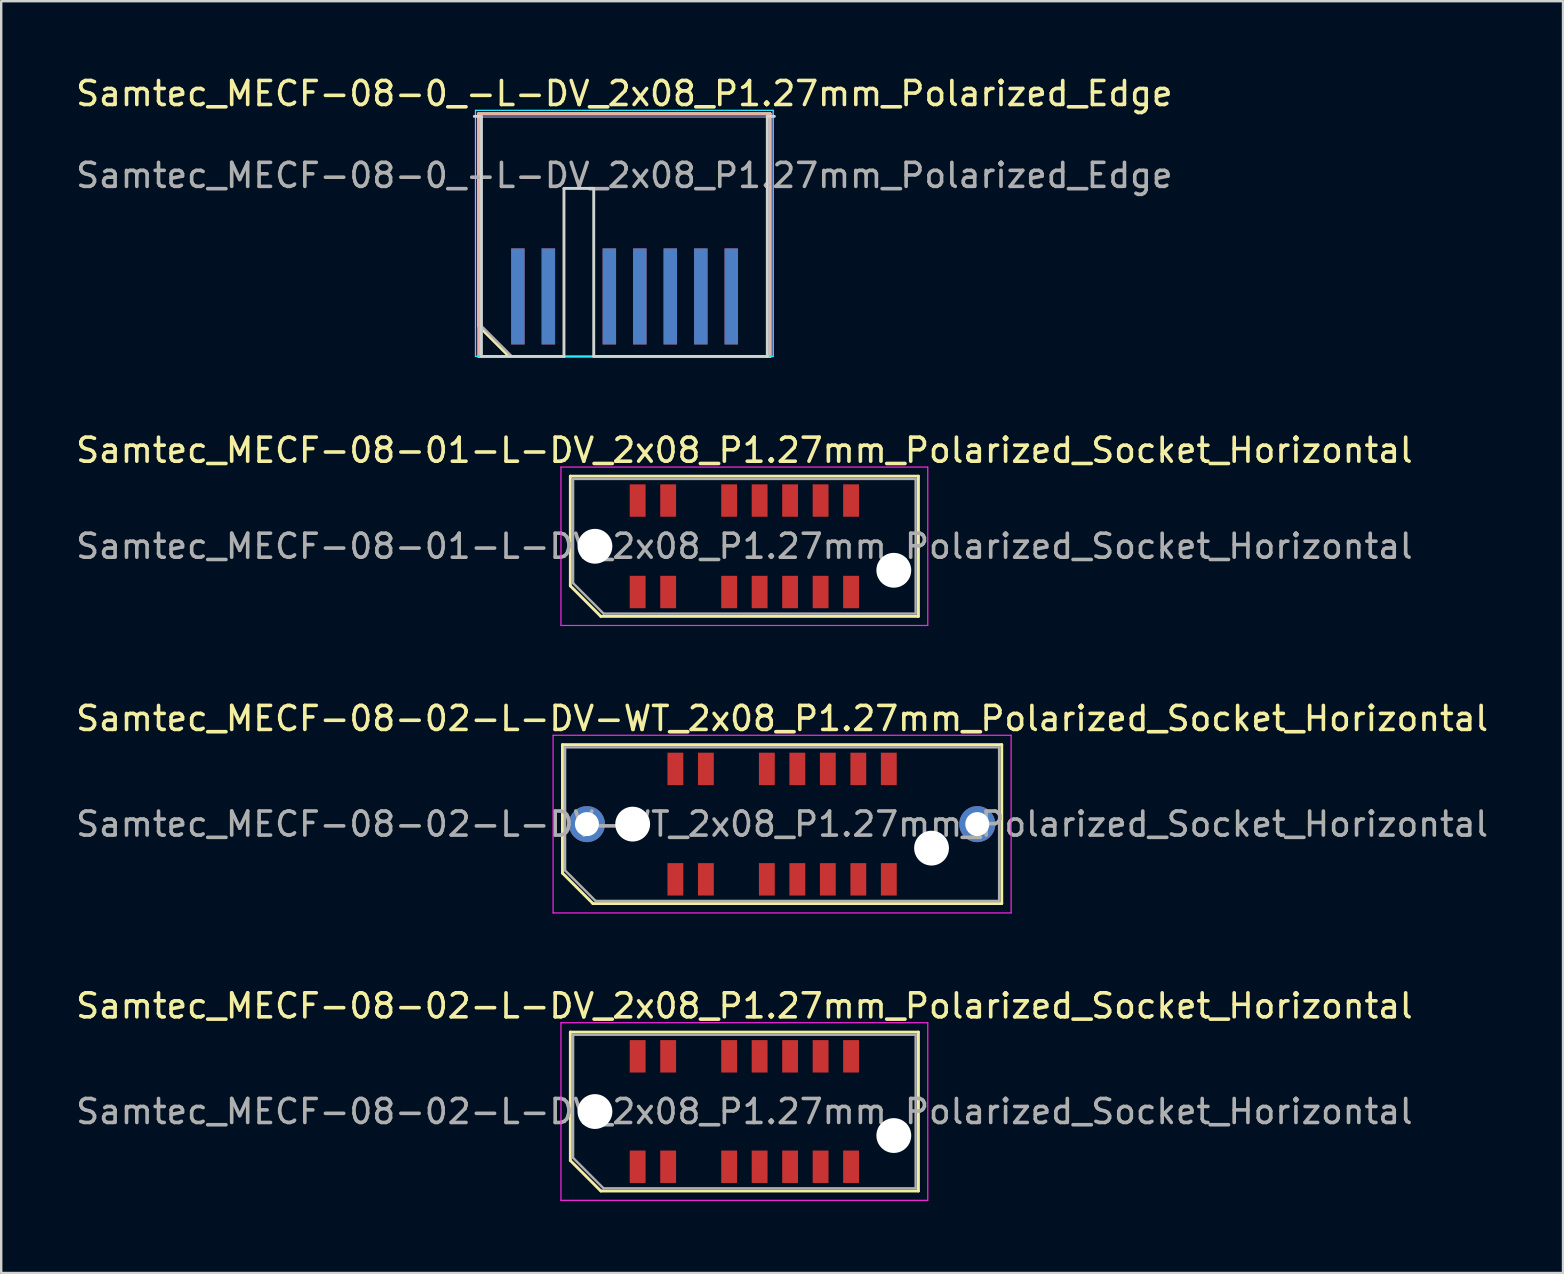
<source format=kicad_pcb>
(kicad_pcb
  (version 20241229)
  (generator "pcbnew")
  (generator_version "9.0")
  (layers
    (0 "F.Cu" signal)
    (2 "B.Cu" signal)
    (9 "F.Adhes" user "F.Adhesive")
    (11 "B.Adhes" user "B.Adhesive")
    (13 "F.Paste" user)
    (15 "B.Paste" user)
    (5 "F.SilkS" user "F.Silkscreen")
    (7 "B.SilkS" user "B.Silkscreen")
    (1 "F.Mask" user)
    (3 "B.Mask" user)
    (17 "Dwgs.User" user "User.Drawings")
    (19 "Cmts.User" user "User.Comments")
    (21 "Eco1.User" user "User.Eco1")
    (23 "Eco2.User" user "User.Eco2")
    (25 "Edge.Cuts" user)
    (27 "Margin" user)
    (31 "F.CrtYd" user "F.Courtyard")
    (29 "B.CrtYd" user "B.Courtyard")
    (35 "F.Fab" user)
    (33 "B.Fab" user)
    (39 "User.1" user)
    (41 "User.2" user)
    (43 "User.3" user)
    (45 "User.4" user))
  (footprint "Samtec_MECF-08-02-L-DV_2x08_P1.27mm_Polarized_Socket_Horizontal"
    (layer "F.Cu")
    (at 27.958 43.253)
    (property "Reference" "Samtec_MECF-08-02-L-DV_2x08_P1.27mm_Polarized_Socket_Horizontal" (at 0 -4.4 0) (layer "F.SilkS") (effects (font (size 1 1) (thickness 0.15))))
    (attr smd)
    (fp_line (start -7.25 -3.31) (end 7.25 -3.31) (stroke (width 0.12) (type solid)) (layer "F.SilkS"))
    (fp_line (start -7.25 2.04) (end -7.25 -3.31) (stroke (width 0.12) (type solid)) (layer "F.SilkS"))
    (fp_line (start -5.98 3.31) (end -7.25 2.04) (stroke (width 0.12) (type solid)) (layer "F.SilkS"))
    (fp_line (start -5.98 3.31) (end 7.25 3.31) (stroke (width 0.12) (type solid)) (layer "F.SilkS"))
    (fp_line (start 7.25 3.31) (end 7.25 -3.31) (stroke (width 0.12) (type solid)) (layer "F.SilkS"))
    (fp_line (start -7.64 -3.7) (end -7.64 3.7) (stroke (width 0.05) (type solid)) (layer "F.CrtYd"))
    (fp_line (start -7.64 3.7) (end 7.64 3.7) (stroke (width 0.05) (type solid)) (layer "F.CrtYd"))
    (fp_line (start 7.64 -3.7) (end -7.64 -3.7) (stroke (width 0.05) (type solid)) (layer "F.CrtYd"))
    (fp_line (start 7.64 3.7) (end 7.64 -3.7) (stroke (width 0.05) (type solid)) (layer "F.CrtYd"))
    (fp_line (start -7.135 -3.2) (end 7.135 -3.2) (stroke (width 0.1) (type solid)) (layer "F.Fab"))
    (fp_line (start -7.135 1.93) (end -7.135 -3.2) (stroke (width 0.1) (type solid)) (layer "F.Fab"))
    (fp_line (start -7.135 1.93) (end -5.865 3.2) (stroke (width 0.1) (type solid)) (layer "F.Fab"))
    (fp_line (start -5.865 3.2) (end 7.135 3.2) (stroke (width 0.1) (type solid)) (layer "F.Fab"))
    (fp_line (start 7.135 3.2) (end 7.135 -3.2) (stroke (width 0.1) (type solid)) (layer "F.Fab"))
    (fp_text user "${REFERENCE}" (at 0 0 0) (layer "F.Fab") (effects (font (size 1 1) (thickness 0.15))))
    (pad "" np_thru_hole circle (at -6.225 0) (size 1.45 1.45) (drill 1.45) (layers "*.Cu" "*.Mask"))
    (pad "" np_thru_hole circle (at 6.225 1) (size 1.45 1.45) (drill 1.45) (layers "*.Cu" "*.Mask"))
    (pad "1" smd rect (at -4.445 2.3) (size 0.66 1.35) (layers "F.Cu" "F.Mask" "F.Paste"))
    (pad "2" smd rect (at -4.445 -2.3) (size 0.66 1.35) (layers "F.Cu" "F.Mask" "F.Paste"))
    (pad "3" smd rect (at -3.175 2.3) (size 0.66 1.35) (layers "F.Cu" "F.Mask" "F.Paste"))
    (pad "4" smd rect (at -3.175 -2.3) (size 0.66 1.35) (layers "F.Cu" "F.Mask" "F.Paste"))
    (pad "7" smd rect (at -0.635 2.3) (size 0.66 1.35) (layers "F.Cu" "F.Mask" "F.Paste"))
    (pad "8" smd rect (at -0.635 -2.3) (size 0.66 1.35) (layers "F.Cu" "F.Mask" "F.Paste"))
    (pad "9" smd rect (at 0.635 2.3) (size 0.66 1.35) (layers "F.Cu" "F.Mask" "F.Paste"))
    (pad "10" smd rect (at 0.635 -2.3) (size 0.66 1.35) (layers "F.Cu" "F.Mask" "F.Paste"))
    (pad "11" smd rect (at 1.905 2.3) (size 0.66 1.35) (layers "F.Cu" "F.Mask" "F.Paste"))
    (pad "12" smd rect (at 1.905 -2.3) (size 0.66 1.35) (layers "F.Cu" "F.Mask" "F.Paste"))
    (pad "13" smd rect (at 3.175 2.3) (size 0.66 1.35) (layers "F.Cu" "F.Mask" "F.Paste"))
    (pad "14" smd rect (at 3.175 -2.3) (size 0.66 1.35) (layers "F.Cu" "F.Mask" "F.Paste"))
    (pad "15" smd rect (at 4.445 2.3) (size 0.66 1.35) (layers "F.Cu" "F.Mask" "F.Paste"))
    (pad "16" smd rect (at 4.445 -2.3) (size 0.66 1.35) (layers "F.Cu" "F.Mask" "F.Paste")))
  (footprint "Samtec_MECF-08-01-L-DV_2x08_P1.27mm_Polarized_Socket_Horizontal"
    (layer "F.Cu")
    (at 27.958 19.706)
    (property "Reference" "Samtec_MECF-08-01-L-DV_2x08_P1.27mm_Polarized_Socket_Horizontal" (at 0 -4 0) (layer "F.SilkS") (effects (font (size 1 1) (thickness 0.15))))
    (attr smd)
    (fp_line (start -7.25 -2.92) (end 7.25 -2.92) (stroke (width 0.12) (type solid)) (layer "F.SilkS"))
    (fp_line (start -7.25 1.65) (end -7.25 -2.92) (stroke (width 0.12) (type solid)) (layer "F.SilkS"))
    (fp_line (start -5.98 2.92) (end -7.25 1.65) (stroke (width 0.12) (type solid)) (layer "F.SilkS"))
    (fp_line (start -5.98 2.92) (end 7.25 2.92) (stroke (width 0.12) (type solid)) (layer "F.SilkS"))
    (fp_line (start 7.25 2.92) (end 7.25 -2.92) (stroke (width 0.12) (type solid)) (layer "F.SilkS"))
    (fp_line (start -7.64 -3.3) (end -7.64 3.3) (stroke (width 0.05) (type solid)) (layer "F.CrtYd"))
    (fp_line (start -7.64 3.3) (end 7.64 3.3) (stroke (width 0.05) (type solid)) (layer "F.CrtYd"))
    (fp_line (start 7.64 -3.3) (end -7.64 -3.3) (stroke (width 0.05) (type solid)) (layer "F.CrtYd"))
    (fp_line (start 7.64 3.3) (end 7.64 -3.3) (stroke (width 0.05) (type solid)) (layer "F.CrtYd"))
    (fp_line (start -7.135 -2.805) (end 7.135 -2.805) (stroke (width 0.1) (type solid)) (layer "F.Fab"))
    (fp_line (start -7.135 1.535) (end -7.135 -2.805) (stroke (width 0.1) (type solid)) (layer "F.Fab"))
    (fp_line (start -7.135 1.535) (end -5.865 2.805) (stroke (width 0.1) (type solid)) (layer "F.Fab"))
    (fp_line (start -5.865 2.805) (end 7.135 2.805) (stroke (width 0.1) (type solid)) (layer "F.Fab"))
    (fp_line (start 7.135 2.805) (end 7.135 -2.805) (stroke (width 0.1) (type solid)) (layer "F.Fab"))
    (fp_text user "${REFERENCE}" (at 0 0 0) (layer "F.Fab") (effects (font (size 1 1) (thickness 0.15))))
    (pad "" np_thru_hole circle (at -6.225 0) (size 1.45 1.45) (drill 1.45) (layers "*.Cu" "*.Mask"))
    (pad "" np_thru_hole circle (at 6.225 1) (size 1.45 1.45) (drill 1.45) (layers "*.Cu" "*.Mask"))
    (pad "1" smd rect (at -4.445 1.905) (size 0.66 1.35) (layers "F.Cu" "F.Mask" "F.Paste"))
    (pad "2" smd rect (at -4.445 -1.905) (size 0.66 1.35) (layers "F.Cu" "F.Mask" "F.Paste"))
    (pad "3" smd rect (at -3.175 1.905) (size 0.66 1.35) (layers "F.Cu" "F.Mask" "F.Paste"))
    (pad "4" smd rect (at -3.175 -1.905) (size 0.66 1.35) (layers "F.Cu" "F.Mask" "F.Paste"))
    (pad "7" smd rect (at -0.635 1.905) (size 0.66 1.35) (layers "F.Cu" "F.Mask" "F.Paste"))
    (pad "8" smd rect (at -0.635 -1.905) (size 0.66 1.35) (layers "F.Cu" "F.Mask" "F.Paste"))
    (pad "9" smd rect (at 0.635 1.905) (size 0.66 1.35) (layers "F.Cu" "F.Mask" "F.Paste"))
    (pad "10" smd rect (at 0.635 -1.905) (size 0.66 1.35) (layers "F.Cu" "F.Mask" "F.Paste"))
    (pad "11" smd rect (at 1.905 1.905) (size 0.66 1.35) (layers "F.Cu" "F.Mask" "F.Paste"))
    (pad "12" smd rect (at 1.905 -1.905) (size 0.66 1.35) (layers "F.Cu" "F.Mask" "F.Paste"))
    (pad "13" smd rect (at 3.175 1.905) (size 0.66 1.35) (layers "F.Cu" "F.Mask" "F.Paste"))
    (pad "14" smd rect (at 3.175 -1.905) (size 0.66 1.35) (layers "F.Cu" "F.Mask" "F.Paste"))
    (pad "15" smd rect (at 4.445 1.905) (size 0.66 1.35) (layers "F.Cu" "F.Mask" "F.Paste"))
    (pad "16" smd rect (at 4.445 -1.905) (size 0.66 1.35) (layers "F.Cu" "F.Mask" "F.Paste")))
  (footprint "Samtec_MECF-08-0_-L-DV_2x08_P1.27mm_Polarized_Edge"
    (layer "F.Cu")
    (at 22.958 6.798)
    (property "Reference" "Samtec_MECF-08-0_-L-DV_2x08_P1.27mm_Polarized_Edge" (at 0 -5.95 0) (layer "F.SilkS") (effects (font (size 1 1) (thickness 0.15))))
    (attr exclude_from_pos_files exclude_from_bom)
    (fp_line (start -6.07 -5.11) (end 6.07 -5.11) (stroke (width 0.12) (type solid)) (layer "F.SilkS"))
    (fp_line (start -6.07 3.73) (end -6.07 -5.11) (stroke (width 0.12) (type solid)) (layer "F.SilkS"))
    (fp_line (start -4.8 5) (end -6.07 3.73) (stroke (width 0.12) (type solid)) (layer "F.SilkS"))
    (fp_line (start -4.8 5) (end 6.07 5) (stroke (width 0.12) (type solid)) (layer "F.SilkS"))
    (fp_line (start 6.07 5) (end 6.07 -5.11) (stroke (width 0.12) (type solid)) (layer "F.SilkS"))
    (fp_line (start -6.07 -5.11) (end 6.07 -5.11) (stroke (width 0.12) (type solid)) (layer "B.SilkS"))
    (fp_line (start -6.07 5) (end -6.07 -5.11) (stroke (width 0.12) (type solid)) (layer "B.SilkS"))
    (fp_line (start -6.07 5) (end 6.07 5) (stroke (width 0.12) (type solid)) (layer "B.SilkS"))
    (fp_line (start 6.07 5) (end 6.07 -5.11) (stroke (width 0.12) (type solid)) (layer "B.SilkS"))
    (fp_line (start -6.25 -5) (end -5.955 -5) (stroke (width 0.12) (type solid)) (layer "Edge.Cuts"))
    (fp_line (start -5.955 5) (end -5.955 -5) (stroke (width 0.12) (type solid)) (layer "Edge.Cuts"))
    (fp_line (start -5.955 5) (end -2.515 5) (stroke (width 0.12) (type solid)) (layer "Edge.Cuts"))
    (fp_line (start -2.515 -2) (end -1.275 -2) (stroke (width 0.12) (type solid)) (layer "Edge.Cuts"))
    (fp_line (start -2.515 5) (end -2.515 -2) (stroke (width 0.12) (type solid)) (layer "Edge.Cuts"))
    (fp_line (start -1.275 5) (end -1.275 -2) (stroke (width 0.12) (type solid)) (layer "Edge.Cuts"))
    (fp_line (start -1.275 5) (end 5.955 5) (stroke (width 0.12) (type solid)) (layer "Edge.Cuts"))
    (fp_line (start 5.955 5) (end 5.955 -5) (stroke (width 0.12) (type solid)) (layer "Edge.Cuts"))
    (fp_line (start 6.25 -5) (end 5.955 -5) (stroke (width 0.12) (type solid)) (layer "Edge.Cuts"))
    (fp_line (start -6.2 -5.25) (end -6.2 5) (stroke (width 0.05) (type solid)) (layer "B.CrtYd"))
    (fp_line (start -6.2 5) (end 6.2 5) (stroke (width 0.05) (type solid)) (layer "B.CrtYd"))
    (fp_line (start 6.2 -5.25) (end -6.2 -5.25) (stroke (width 0.05) (type solid)) (layer "B.CrtYd"))
    (fp_line (start 6.2 5) (end 6.2 -5.25) (stroke (width 0.05) (type solid)) (layer "B.CrtYd"))
    (fp_line (start -6.2 -5.25) (end -6.2 5) (stroke (width 0.05) (type solid)) (layer "F.CrtYd"))
    (fp_line (start -6.2 5) (end 6.2 5) (stroke (width 0.05) (type solid)) (layer "F.CrtYd"))
    (fp_line (start 6.2 -5.25) (end -6.2 -5.25) (stroke (width 0.05) (type solid)) (layer "F.CrtYd"))
    (fp_line (start 6.2 5) (end 6.2 -5.25) (stroke (width 0.05) (type solid)) (layer "F.CrtYd"))
    (fp_line (start -5.955 -5) (end 5.955 -5) (stroke (width 0.1) (type solid)) (layer "B.Fab"))
    (fp_line (start -5.955 5) (end -5.955 -5) (stroke (width 0.1) (type solid)) (layer "B.Fab"))
    (fp_line (start -5.955 5) (end 5.955 5) (stroke (width 0.1) (type solid)) (layer "B.Fab"))
    (fp_line (start 5.955 5) (end 5.955 -5) (stroke (width 0.1) (type solid)) (layer "B.Fab"))
    (fp_line (start -5.955 -5) (end 5.955 -5) (stroke (width 0.1) (type solid)) (layer "F.Fab"))
    (fp_line (start -5.955 3.73) (end -5.955 -5) (stroke (width 0.1) (type solid)) (layer "F.Fab"))
    (fp_line (start -5.955 3.73) (end -4.685 5) (stroke (width 0.1) (type solid)) (layer "F.Fab"))
    (fp_line (start -4.685 5) (end 5.955 5) (stroke (width 0.1) (type solid)) (layer "F.Fab"))
    (fp_line (start 5.955 5) (end 5.955 -5) (stroke (width 0.1) (type solid)) (layer "F.Fab"))
    (fp_text user "${REFERENCE}" (at 0 -2.54 0) (layer "F.Fab") (effects (font (size 1 1) (thickness 0.15))))
    (pad "1" connect rect (at -4.435 2.5) (size 0.56 4) (layers "F.Cu" "F.Mask"))
    (pad "2" connect rect (at -4.435 2.5) (size 0.56 4) (layers "B.Cu" "B.Mask"))
    (pad "3" connect rect (at -3.165 2.5) (size 0.56 4) (layers "F.Cu" "F.Mask"))
    (pad "4" connect rect (at -3.165 2.5) (size 0.56 4) (layers "B.Cu" "B.Mask"))
    (pad "7" connect rect (at -0.625 2.5) (size 0.56 4) (layers "F.Cu" "F.Mask"))
    (pad "8" connect rect (at -0.625 2.5) (size 0.56 4) (layers "B.Cu" "B.Mask"))
    (pad "9" connect rect (at 0.645 2.5) (size 0.56 4) (layers "F.Cu" "F.Mask"))
    (pad "10" connect rect (at 0.645 2.5) (size 0.56 4) (layers "B.Cu" "B.Mask"))
    (pad "11" connect rect (at 1.915 2.5) (size 0.56 4) (layers "F.Cu" "F.Mask"))
    (pad "12" connect rect (at 1.915 2.5) (size 0.56 4) (layers "B.Cu" "B.Mask"))
    (pad "13" connect rect (at 3.185 2.5) (size 0.56 4) (layers "F.Cu" "F.Mask"))
    (pad "14" connect rect (at 3.185 2.5) (size 0.56 4) (layers "B.Cu" "B.Mask"))
    (pad "15" connect rect (at 4.455 2.5) (size 0.56 4) (layers "F.Cu" "F.Mask"))
    (pad "16" connect rect (at 4.455 2.5) (size 0.56 4) (layers "B.Cu" "B.Mask")))
  (footprint "Samtec_MECF-08-02-L-DV-WT_2x08_P1.27mm_Polarized_Socket_Horizontal"
    (layer "F.Cu")
    (at 29.53 31.28)
    (property "Reference" "Samtec_MECF-08-02-L-DV-WT_2x08_P1.27mm_Polarized_Socket_Horizontal" (at 0 -4.4 0) (layer "F.SilkS") (effects (font (size 1 1) (thickness 0.15))))
    (attr smd)
    (fp_line (start -9.15 -3.31) (end 9.15 -3.31) (stroke (width 0.12) (type solid)) (layer "F.SilkS"))
    (fp_line (start -9.15 2.04) (end -9.15 -3.31) (stroke (width 0.12) (type solid)) (layer "F.SilkS"))
    (fp_line (start -7.88 3.31) (end -9.15 2.04) (stroke (width 0.12) (type solid)) (layer "F.SilkS"))
    (fp_line (start -7.88 3.31) (end 9.15 3.31) (stroke (width 0.12) (type solid)) (layer "F.SilkS"))
    (fp_line (start 9.15 3.31) (end 9.15 -3.31) (stroke (width 0.12) (type solid)) (layer "F.SilkS"))
    (fp_line (start -9.54 -3.7) (end -9.54 3.7) (stroke (width 0.05) (type solid)) (layer "F.CrtYd"))
    (fp_line (start -9.54 3.7) (end 9.54 3.7) (stroke (width 0.05) (type solid)) (layer "F.CrtYd"))
    (fp_line (start 9.54 -3.7) (end -9.54 -3.7) (stroke (width 0.05) (type solid)) (layer "F.CrtYd"))
    (fp_line (start 9.54 3.7) (end 9.54 -3.7) (stroke (width 0.05) (type solid)) (layer "F.CrtYd"))
    (fp_line (start -9.04 -3.2) (end 9.04 -3.2) (stroke (width 0.1) (type solid)) (layer "F.Fab"))
    (fp_line (start -9.04 1.93) (end -9.04 -3.2) (stroke (width 0.1) (type solid)) (layer "F.Fab"))
    (fp_line (start -9.04 1.93) (end -7.77 3.2) (stroke (width 0.1) (type solid)) (layer "F.Fab"))
    (fp_line (start -7.77 3.2) (end 9.04 3.2) (stroke (width 0.1) (type solid)) (layer "F.Fab"))
    (fp_line (start 9.04 3.2) (end 9.04 -3.2) (stroke (width 0.1) (type solid)) (layer "F.Fab"))
    (fp_text user "${REFERENCE}" (at 0 0 0) (layer "F.Fab") (effects (font (size 1 1) (thickness 0.15))))
    (pad "" thru_hole circle (at -8.13 0) (size 1.5 1.5) (drill 1) (layers "*.Cu" "*.Mask"))
    (pad "" np_thru_hole circle (at -6.225 0) (size 1.45 1.45) (drill 1.45) (layers "*.Cu" "*.Mask"))
    (pad "" np_thru_hole circle (at 6.225 1) (size 1.45 1.45) (drill 1.45) (layers "*.Cu" "*.Mask"))
    (pad "" thru_hole circle (at 8.13 0) (size 1.5 1.5) (drill 1) (layers "*.Cu" "*.Mask"))
    (pad "1" smd rect (at -4.445 2.3) (size 0.66 1.35) (layers "F.Cu" "F.Mask" "F.Paste"))
    (pad "2" smd rect (at -4.445 -2.3) (size 0.66 1.35) (layers "F.Cu" "F.Mask" "F.Paste"))
    (pad "3" smd rect (at -3.175 2.3) (size 0.66 1.35) (layers "F.Cu" "F.Mask" "F.Paste"))
    (pad "4" smd rect (at -3.175 -2.3) (size 0.66 1.35) (layers "F.Cu" "F.Mask" "F.Paste"))
    (pad "7" smd rect (at -0.635 2.3) (size 0.66 1.35) (layers "F.Cu" "F.Mask" "F.Paste"))
    (pad "8" smd rect (at -0.635 -2.3) (size 0.66 1.35) (layers "F.Cu" "F.Mask" "F.Paste"))
    (pad "9" smd rect (at 0.635 2.3) (size 0.66 1.35) (layers "F.Cu" "F.Mask" "F.Paste"))
    (pad "10" smd rect (at 0.635 -2.3) (size 0.66 1.35) (layers "F.Cu" "F.Mask" "F.Paste"))
    (pad "11" smd rect (at 1.905 2.3) (size 0.66 1.35) (layers "F.Cu" "F.Mask" "F.Paste"))
    (pad "12" smd rect (at 1.905 -2.3) (size 0.66 1.35) (layers "F.Cu" "F.Mask" "F.Paste"))
    (pad "13" smd rect (at 3.175 2.3) (size 0.66 1.35) (layers "F.Cu" "F.Mask" "F.Paste"))
    (pad "14" smd rect (at 3.175 -2.3) (size 0.66 1.35) (layers "F.Cu" "F.Mask" "F.Paste"))
    (pad "15" smd rect (at 4.445 2.3) (size 0.66 1.35) (layers "F.Cu" "F.Mask" "F.Paste"))
    (pad "16" smd rect (at 4.445 -2.3) (size 0.66 1.35) (layers "F.Cu" "F.Mask" "F.Paste")))
  (gr_rect
    (start -3 -3)
    (end 62.06 49.978)
    (stroke (width 0.1) (type default))
    (fill no)
    (layer "Edge.Cuts")))
</source>
